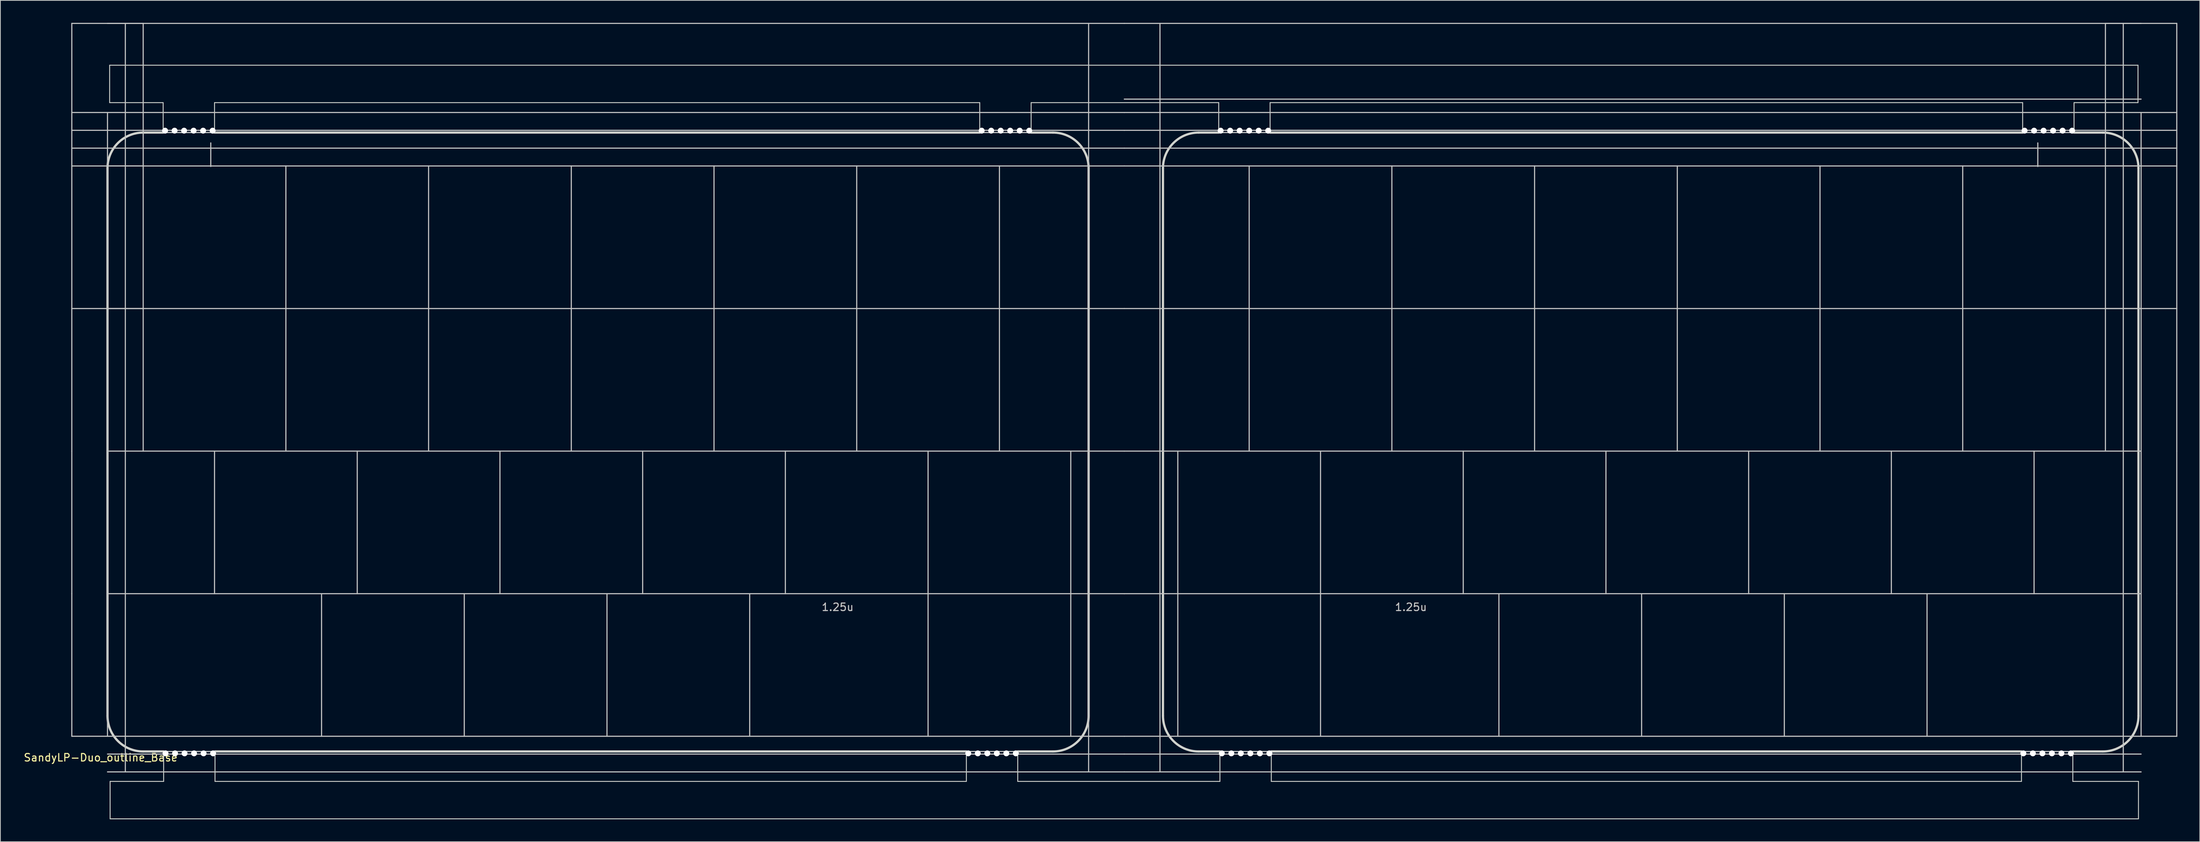
<source format=kicad_pcb>
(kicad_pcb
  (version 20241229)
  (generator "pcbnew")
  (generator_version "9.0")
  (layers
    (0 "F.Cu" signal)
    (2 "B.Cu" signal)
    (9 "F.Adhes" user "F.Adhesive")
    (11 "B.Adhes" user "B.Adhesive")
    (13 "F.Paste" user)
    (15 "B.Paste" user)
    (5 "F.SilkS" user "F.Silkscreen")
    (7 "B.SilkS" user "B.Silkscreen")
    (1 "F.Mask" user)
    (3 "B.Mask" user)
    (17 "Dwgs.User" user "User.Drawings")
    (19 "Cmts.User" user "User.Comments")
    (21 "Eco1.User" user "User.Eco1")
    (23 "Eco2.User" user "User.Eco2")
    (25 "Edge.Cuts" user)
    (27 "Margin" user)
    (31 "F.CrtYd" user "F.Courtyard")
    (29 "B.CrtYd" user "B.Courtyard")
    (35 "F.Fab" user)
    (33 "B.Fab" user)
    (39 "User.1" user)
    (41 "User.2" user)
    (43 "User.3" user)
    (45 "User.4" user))
  (footprint "SandyLP-Duo_outline_Base"
    (layer "F.Cu")
    (at 147.031 66.75)
    (property "Reference" "SandyLP-Duo_outline_Base" (at -136.644 31.425 0) (layer "F.SilkS") (effects (font (size 1 1) (thickness 0.15))))
    (attr through_hole)
    (fp_line (start -140.494 -66.675) (end -130.969 -66.675) (stroke (width 0.15) (type solid)) (layer "Dwgs.User"))
    (fp_line (start -140.494 -47.625) (end -140.494 -66.675) (stroke (width 0.15) (type solid)) (layer "Dwgs.User"))
    (fp_line (start -140.494 -47.625) (end -130.969 -47.625) (stroke (width 0.15) (type solid)) (layer "Dwgs.User"))
    (fp_line (start -140.494 -28.575) (end -140.494 -47.625) (stroke (width 0.15) (type solid)) (layer "Dwgs.User"))
    (fp_line (start -140.494 -28.575) (end -130.969 -28.575) (stroke (width 0.15) (type solid)) (layer "Dwgs.User"))
    (fp_line (start -140.494 -9.525) (end -140.494 -28.575) (stroke (width 0.15) (type solid)) (layer "Dwgs.User"))
    (fp_line (start -140.494 9.525) (end -140.494 -9.525) (stroke (width 0.15) (type solid)) (layer "Dwgs.User"))
    (fp_line (start -140.494 28.575) (end -140.494 9.525) (stroke (width 0.15) (type solid)) (layer "Dwgs.User"))
    (fp_line (start -135.731 28.575) (end -135.731 -54.769) (stroke (width 0.15) (type solid)) (layer "Dwgs.User"))
    (fp_line (start -133.35 33.337) (end -133.35 -66.675) (stroke (width 0.15) (type solid)) (layer "Dwgs.User"))
    (fp_line (start -130.969 -47.625) (end -130.969 -66.675) (stroke (width 0.15) (type solid)) (layer "Dwgs.User"))
    (fp_line (start -130.969 -28.575) (end -130.969 -47.625) (stroke (width 0.15) (type solid)) (layer "Dwgs.User"))
    (fp_line (start -130.969 -9.525) (end -130.969 -28.575) (stroke (width 0.15) (type solid)) (layer "Dwgs.User"))
    (fp_line (start -128.302 -52.088) (end -121.444 -52.088) (stroke (width 0.15) (type solid)) (layer "Dwgs.User"))
    (fp_line (start -121.944 -50.706) (end -121.944 -47.556) (stroke (width 0.15) (type solid)) (layer "Dwgs.User"))
    (fp_line (start -121.444 9.525) (end -121.444 -9.525) (stroke (width 0.15) (type solid)) (layer "Dwgs.User"))
    (fp_line (start -121.379 30.606) (end -128.238 30.606) (stroke (width 0.15) (type solid)) (layer "Dwgs.User"))
    (fp_line (start -111.919 -28.575) (end -111.919 -47.625) (stroke (width 0.15) (type solid)) (layer "Dwgs.User"))
    (fp_line (start -111.919 -9.525) (end -111.919 -28.575) (stroke (width 0.15) (type solid)) (layer "Dwgs.User"))
    (fp_line (start -107.156 28.575) (end -107.156 9.525) (stroke (width 0.15) (type solid)) (layer "Dwgs.User"))
    (fp_line (start -102.394 9.525) (end -102.394 -9.525) (stroke (width 0.15) (type solid)) (layer "Dwgs.User"))
    (fp_line (start -92.869 -28.575) (end -92.869 -47.625) (stroke (width 0.15) (type solid)) (layer "Dwgs.User"))
    (fp_line (start -92.869 -9.525) (end -92.869 -28.575) (stroke (width 0.15) (type solid)) (layer "Dwgs.User"))
    (fp_line (start -88.106 28.575) (end -88.106 9.525) (stroke (width 0.15) (type solid)) (layer "Dwgs.User"))
    (fp_line (start -83.344 9.525) (end -83.344 -9.525) (stroke (width 0.15) (type solid)) (layer "Dwgs.User"))
    (fp_line (start -73.819 -28.575) (end -73.819 -47.625) (stroke (width 0.15) (type solid)) (layer "Dwgs.User"))
    (fp_line (start -73.819 -9.525) (end -73.819 -28.575) (stroke (width 0.15) (type solid)) (layer "Dwgs.User"))
    (fp_line (start -69.056 28.575) (end -69.056 9.525) (stroke (width 0.15) (type solid)) (layer "Dwgs.User"))
    (fp_line (start -64.294 9.525) (end -64.294 -9.525) (stroke (width 0.15) (type solid)) (layer "Dwgs.User"))
    (fp_line (start -54.769 -28.575) (end -54.769 -47.625) (stroke (width 0.15) (type solid)) (layer "Dwgs.User"))
    (fp_line (start -54.769 -9.525) (end -54.769 -28.575) (stroke (width 0.15) (type solid)) (layer "Dwgs.User"))
    (fp_line (start -50.006 28.575) (end -50.006 9.525) (stroke (width 0.15) (type solid)) (layer "Dwgs.User"))
    (fp_line (start -45.244 9.525) (end -45.244 -9.525) (stroke (width 0.15) (type solid)) (layer "Dwgs.User"))
    (fp_line (start -35.719 -28.575) (end -35.719 -47.625) (stroke (width 0.15) (type solid)) (layer "Dwgs.User"))
    (fp_line (start -35.719 -9.525) (end -35.719 -28.575) (stroke (width 0.15) (type solid)) (layer "Dwgs.User"))
    (fp_line (start -26.194 9.525) (end -26.194 -9.525) (stroke (width 0.15) (type solid)) (layer "Dwgs.User"))
    (fp_line (start -26.194 28.575) (end -26.194 9.525) (stroke (width 0.15) (type solid)) (layer "Dwgs.User"))
    (fp_line (start -19.296 -52.088) (end -12.438 -52.088) (stroke (width 0.15) (type solid)) (layer "Dwgs.User"))
    (fp_line (start -16.669 -28.575) (end -16.669 -47.625) (stroke (width 0.15) (type solid)) (layer "Dwgs.User"))
    (fp_line (start -16.669 -9.525) (end -16.669 -28.575) (stroke (width 0.15) (type solid)) (layer "Dwgs.User"))
    (fp_line (start -14.223 30.606) (end -21.081 30.606) (stroke (width 0.15) (type solid)) (layer "Dwgs.User"))
    (fp_line (start -7.144 9.525) (end -7.144 -9.525) (stroke (width 0.15) (type solid)) (layer "Dwgs.User"))
    (fp_line (start -7.144 28.575) (end -7.144 9.525) (stroke (width 0.15) (type solid)) (layer "Dwgs.User"))
    (fp_line (start -4.763 33.337) (end -4.763 -66.675) (stroke (width 0.15) (type solid)) (layer "Dwgs.User"))
    (fp_line (start 0 -66.675) (end -135.731 -66.675) (stroke (width 0.15) (type solid)) (layer "Dwgs.User"))
    (fp_line (start 0 -66.675) (end 135.731 -66.675) (stroke (width 0.15) (type solid)) (layer "Dwgs.User"))
    (fp_line (start 0 -56.556) (end 135.731 -56.556) (stroke (width 0.15) (type solid)) (layer "Dwgs.User"))
    (fp_line (start 0 -54.769) (end -140.494 -54.769) (stroke (width 0.15) (type solid)) (layer "Dwgs.User"))
    (fp_line (start 0 -54.769) (end 140.494 -54.769) (stroke (width 0.15) (type solid)) (layer "Dwgs.User"))
    (fp_line (start 0 -52.388) (end -140.494 -52.388) (stroke (width 0.15) (type solid)) (layer "Dwgs.User"))
    (fp_line (start 0 -52.388) (end 140.494 -52.388) (stroke (width 0.15) (type solid)) (layer "Dwgs.User"))
    (fp_line (start 0 -50.006) (end -140.494 -50.006) (stroke (width 0.15) (type solid)) (layer "Dwgs.User"))
    (fp_line (start 0 -50.006) (end 140.494 -50.006) (stroke (width 0.15) (type solid)) (layer "Dwgs.User"))
    (fp_line (start 0 -47.625) (end -135.731 -47.625) (stroke (width 0.15) (type solid)) (layer "Dwgs.User"))
    (fp_line (start 0 -47.625) (end 135.731 -47.625) (stroke (width 0.15) (type solid)) (layer "Dwgs.User"))
    (fp_line (start 0 -28.575) (end -135.731 -28.575) (stroke (width 0.15) (type solid)) (layer "Dwgs.User"))
    (fp_line (start 0 -28.575) (end 135.731 -28.575) (stroke (width 0.15) (type solid)) (layer "Dwgs.User"))
    (fp_line (start 0 -9.525) (end -135.731 -9.525) (stroke (width 0.15) (type solid)) (layer "Dwgs.User"))
    (fp_line (start 0 -9.525) (end 135.731 -9.525) (stroke (width 0.15) (type solid)) (layer "Dwgs.User"))
    (fp_line (start 0 9.525) (end -135.731 9.525) (stroke (width 0.15) (type solid)) (layer "Dwgs.User"))
    (fp_line (start 0 9.525) (end 135.731 9.525) (stroke (width 0.15) (type solid)) (layer "Dwgs.User"))
    (fp_line (start 0 28.575) (end -140.494 28.575) (stroke (width 0.15) (type solid)) (layer "Dwgs.User"))
    (fp_line (start 0 28.575) (end 140.494 28.575) (stroke (width 0.15) (type solid)) (layer "Dwgs.User"))
    (fp_line (start 0 30.956) (end -135.731 30.956) (stroke (width 0.15) (type solid)) (layer "Dwgs.User"))
    (fp_line (start 0 30.956) (end 135.731 30.956) (stroke (width 0.15) (type solid)) (layer "Dwgs.User"))
    (fp_line (start 0 33.337) (end -135.731 33.337) (stroke (width 0.15) (type solid)) (layer "Dwgs.User"))
    (fp_line (start 0 33.337) (end 135.731 33.337) (stroke (width 0.15) (type solid)) (layer "Dwgs.User"))
    (fp_line (start 4.763 33.337) (end 4.763 -66.675) (stroke (width 0.15) (type solid)) (layer "Dwgs.User"))
    (fp_line (start 7.144 9.525) (end 7.144 -9.525) (stroke (width 0.15) (type solid)) (layer "Dwgs.User"))
    (fp_line (start 7.144 28.575) (end 7.144 9.525) (stroke (width 0.15) (type solid)) (layer "Dwgs.User"))
    (fp_line (start 12.605 -52.088) (end 19.463 -52.088) (stroke (width 0.15) (type solid)) (layer "Dwgs.User"))
    (fp_line (start 16.669 -28.575) (end 16.669 -47.625) (stroke (width 0.15) (type solid)) (layer "Dwgs.User"))
    (fp_line (start 16.669 -9.525) (end 16.669 -28.575) (stroke (width 0.15) (type solid)) (layer "Dwgs.User"))
    (fp_line (start 19.622 30.606) (end 12.764 30.606) (stroke (width 0.15) (type solid)) (layer "Dwgs.User"))
    (fp_line (start 26.194 9.525) (end 26.194 -9.525) (stroke (width 0.15) (type solid)) (layer "Dwgs.User"))
    (fp_line (start 26.194 28.575) (end 26.194 9.525) (stroke (width 0.15) (type solid)) (layer "Dwgs.User"))
    (fp_line (start 35.719 -28.575) (end 35.719 -47.625) (stroke (width 0.15) (type solid)) (layer "Dwgs.User"))
    (fp_line (start 35.719 -9.525) (end 35.719 -28.575) (stroke (width 0.15) (type solid)) (layer "Dwgs.User"))
    (fp_line (start 45.244 9.525) (end 45.244 -9.525) (stroke (width 0.15) (type solid)) (layer "Dwgs.User"))
    (fp_line (start 50.006 28.575) (end 50.006 9.525) (stroke (width 0.15) (type solid)) (layer "Dwgs.User"))
    (fp_line (start 54.769 -28.575) (end 54.769 -47.625) (stroke (width 0.15) (type solid)) (layer "Dwgs.User"))
    (fp_line (start 54.769 -9.525) (end 54.769 -28.575) (stroke (width 0.15) (type solid)) (layer "Dwgs.User"))
    (fp_line (start 64.294 9.525) (end 64.294 -9.525) (stroke (width 0.15) (type solid)) (layer "Dwgs.User"))
    (fp_line (start 69.056 28.575) (end 69.056 9.525) (stroke (width 0.15) (type solid)) (layer "Dwgs.User"))
    (fp_line (start 73.819 -28.575) (end 73.819 -47.625) (stroke (width 0.15) (type solid)) (layer "Dwgs.User"))
    (fp_line (start 73.819 -9.525) (end 73.819 -28.575) (stroke (width 0.15) (type solid)) (layer "Dwgs.User"))
    (fp_line (start 83.344 9.525) (end 83.344 -9.525) (stroke (width 0.15) (type solid)) (layer "Dwgs.User"))
    (fp_line (start 88.106 28.575) (end 88.106 9.525) (stroke (width 0.15) (type solid)) (layer "Dwgs.User"))
    (fp_line (start 92.869 -28.575) (end 92.869 -47.625) (stroke (width 0.15) (type solid)) (layer "Dwgs.User"))
    (fp_line (start 92.869 -9.525) (end 92.869 -28.575) (stroke (width 0.15) (type solid)) (layer "Dwgs.User"))
    (fp_line (start 102.394 9.525) (end 102.394 -9.525) (stroke (width 0.15) (type solid)) (layer "Dwgs.User"))
    (fp_line (start 107.156 28.575) (end 107.156 9.525) (stroke (width 0.15) (type solid)) (layer "Dwgs.User"))
    (fp_line (start 111.919 -28.575) (end 111.919 -47.625) (stroke (width 0.15) (type solid)) (layer "Dwgs.User"))
    (fp_line (start 111.919 -9.525) (end 111.919 -28.575) (stroke (width 0.15) (type solid)) (layer "Dwgs.User"))
    (fp_line (start 119.92 -52.088) (end 126.778 -52.088) (stroke (width 0.15) (type solid)) (layer "Dwgs.User"))
    (fp_line (start 121.444 9.525) (end 121.444 -9.525) (stroke (width 0.15) (type solid)) (layer "Dwgs.User"))
    (fp_line (start 121.944 -50.706) (end 121.944 -47.556) (stroke (width 0.15) (type solid)) (layer "Dwgs.User"))
    (fp_line (start 126.619 30.606) (end 119.761 30.606) (stroke (width 0.15) (type solid)) (layer "Dwgs.User"))
    (fp_line (start 130.969 -47.625) (end 130.969 -66.675) (stroke (width 0.15) (type solid)) (layer "Dwgs.User"))
    (fp_line (start 130.969 -28.575) (end 130.969 -47.625) (stroke (width 0.15) (type solid)) (layer "Dwgs.User"))
    (fp_line (start 130.969 -9.525) (end 130.969 -28.575) (stroke (width 0.15) (type solid)) (layer "Dwgs.User"))
    (fp_line (start 133.35 33.337) (end 133.35 -66.675) (stroke (width 0.15) (type solid)) (layer "Dwgs.User"))
    (fp_line (start 135.731 28.575) (end 135.731 -54.769) (stroke (width 0.15) (type solid)) (layer "Dwgs.User"))
    (fp_line (start 140.494 -66.675) (end 130.969 -66.675) (stroke (width 0.15) (type solid)) (layer "Dwgs.User"))
    (fp_line (start 140.494 -47.625) (end 130.969 -47.625) (stroke (width 0.15) (type solid)) (layer "Dwgs.User"))
    (fp_line (start 140.494 -47.625) (end 140.494 -66.675) (stroke (width 0.15) (type solid)) (layer "Dwgs.User"))
    (fp_line (start 140.494 -28.575) (end 130.969 -28.575) (stroke (width 0.15) (type solid)) (layer "Dwgs.User"))
    (fp_line (start 140.494 -28.575) (end 140.494 -47.625) (stroke (width 0.15) (type solid)) (layer "Dwgs.User"))
    (fp_line (start 140.494 -9.525) (end 140.494 -28.575) (stroke (width 0.15) (type solid)) (layer "Dwgs.User"))
    (fp_line (start 140.494 9.525) (end 140.494 -9.525) (stroke (width 0.15) (type solid)) (layer "Dwgs.User"))
    (fp_line (start 140.494 28.575) (end 140.494 9.525) (stroke (width 0.15) (type solid)) (layer "Dwgs.User"))
    (fp_line (start -135.731 25.844) (end -135.731 -47.325) (stroke (width 0.3) (type solid)) (layer "Edge.Cuts"))
    (fp_line (start -135.446 -56.088) (end -135.446 -61.088) (stroke (width 0.12) (type default)) (layer "Edge.Cuts"))
    (fp_line (start -135.381 34.606) (end -135.381 39.606) (stroke (width 0.12) (type default)) (layer "Edge.Cuts"))
    (fp_line (start -128.302 -56.088) (end -135.446 -56.088) (stroke (width 0.12) (type default)) (layer "Edge.Cuts"))
    (fp_line (start -128.302 -52.088) (end -130.969 -52.088) (stroke (width 0.3) (type solid)) (layer "Edge.Cuts"))
    (fp_line (start -128.302 -52.088) (end -128.302 -56.088) (stroke (width 0.12) (type default)) (layer "Edge.Cuts"))
    (fp_line (start -128.238 30.606) (end -130.969 30.606) (stroke (width 0.3) (type solid)) (layer "Edge.Cuts"))
    (fp_line (start -128.238 30.606) (end -128.238 34.606) (stroke (width 0.12) (type default)) (layer "Edge.Cuts"))
    (fp_line (start -128.238 34.606) (end -135.381 34.606) (stroke (width 0.12) (type default)) (layer "Edge.Cuts"))
    (fp_line (start -121.444 -52.088) (end -121.444 -56.088) (stroke (width 0.12) (type default)) (layer "Edge.Cuts"))
    (fp_line (start -121.379 30.606) (end -121.379 34.606) (stroke (width 0.12) (type default)) (layer "Edge.Cuts"))
    (fp_line (start -21.081 30.606) (end -121.379 30.606) (stroke (width 0.3) (type solid)) (layer "Edge.Cuts"))
    (fp_line (start -21.081 30.606) (end -21.081 34.606) (stroke (width 0.12) (type default)) (layer "Edge.Cuts"))
    (fp_line (start -21.081 34.606) (end -121.379 34.606) (stroke (width 0.12) (type default)) (layer "Edge.Cuts"))
    (fp_line (start -19.296 -56.088) (end -121.444 -56.088) (stroke (width 0.12) (type default)) (layer "Edge.Cuts"))
    (fp_line (start -19.296 -52.088) (end -121.444 -52.088) (stroke (width 0.3) (type solid)) (layer "Edge.Cuts"))
    (fp_line (start -19.296 -52.088) (end -19.296 -56.088) (stroke (width 0.12) (type default)) (layer "Edge.Cuts"))
    (fp_line (start -14.223 30.606) (end -14.223 34.606) (stroke (width 0.12) (type default)) (layer "Edge.Cuts"))
    (fp_line (start -14.223 34.606) (end 12.764 34.606) (stroke (width 0.12) (type default)) (layer "Edge.Cuts"))
    (fp_line (start -12.438 -56.088) (end 12.605 -56.088) (stroke (width 0.12) (type default)) (layer "Edge.Cuts"))
    (fp_line (start -12.438 -52.088) (end -12.438 -56.088) (stroke (width 0.12) (type default)) (layer "Edge.Cuts"))
    (fp_line (start -9.525 -52.088) (end -12.438 -52.088) (stroke (width 0.3) (type solid)) (layer "Edge.Cuts"))
    (fp_line (start -9.525 30.606) (end -14.223 30.606) (stroke (width 0.3) (type solid)) (layer "Edge.Cuts"))
    (fp_line (start -4.763 25.844) (end -4.763 -47.325) (stroke (width 0.3) (type solid)) (layer "Edge.Cuts"))
    (fp_line (start 5.162 25.844) (end 5.162 -47.325) (stroke (width 0.3) (type solid)) (layer "Edge.Cuts"))
    (fp_line (start 9.925 -52.088) (end 12.605 -52.088) (stroke (width 0.3) (type solid)) (layer "Edge.Cuts"))
    (fp_line (start 9.925 30.606) (end 12.764 30.606) (stroke (width 0.3) (type solid)) (layer "Edge.Cuts"))
    (fp_line (start 12.605 -52.088) (end 12.605 -56.088) (stroke (width 0.12) (type default)) (layer "Edge.Cuts"))
    (fp_line (start 12.764 30.606) (end 12.764 34.606) (stroke (width 0.12) (type default)) (layer "Edge.Cuts"))
    (fp_line (start 19.463 -56.088) (end 119.92 -56.088) (stroke (width 0.12) (type default)) (layer "Edge.Cuts"))
    (fp_line (start 19.463 -52.088) (end 19.463 -56.088) (stroke (width 0.12) (type default)) (layer "Edge.Cuts"))
    (fp_line (start 19.463 -52.088) (end 119.92 -52.088) (stroke (width 0.3) (type solid)) (layer "Edge.Cuts"))
    (fp_line (start 19.622 30.606) (end 19.622 34.606) (stroke (width 0.12) (type default)) (layer "Edge.Cuts"))
    (fp_line (start 19.622 30.606) (end 119.761 30.606) (stroke (width 0.3) (type solid)) (layer "Edge.Cuts"))
    (fp_line (start 19.622 34.606) (end 119.761 34.606) (stroke (width 0.12) (type default)) (layer "Edge.Cuts"))
    (fp_line (start 119.761 30.606) (end 119.761 34.606) (stroke (width 0.12) (type default)) (layer "Edge.Cuts"))
    (fp_line (start 119.92 -52.088) (end 119.92 -56.088) (stroke (width 0.12) (type default)) (layer "Edge.Cuts"))
    (fp_line (start 126.619 30.606) (end 126.619 34.606) (stroke (width 0.12) (type default)) (layer "Edge.Cuts"))
    (fp_line (start 126.619 30.606) (end 130.619 30.606) (stroke (width 0.3) (type solid)) (layer "Edge.Cuts"))
    (fp_line (start 126.619 34.606) (end 135.381 34.606) (stroke (width 0.12) (type default)) (layer "Edge.Cuts"))
    (fp_line (start 126.778 -56.088) (end 135.317 -56.088) (stroke (width 0.12) (type default)) (layer "Edge.Cuts"))
    (fp_line (start 126.778 -52.088) (end 126.778 -56.088) (stroke (width 0.12) (type default)) (layer "Edge.Cuts"))
    (fp_line (start 126.778 -52.088) (end 130.619 -52.088) (stroke (width 0.3) (type solid)) (layer "Edge.Cuts"))
    (fp_line (start 135.317 -61.088) (end -135.446 -61.088) (stroke (width 0.12) (type default)) (layer "Edge.Cuts"))
    (fp_line (start 135.317 -56.088) (end 135.317 -61.088) (stroke (width 0.12) (type default)) (layer "Edge.Cuts"))
    (fp_line (start 135.381 25.844) (end 135.381 -47.325) (stroke (width 0.3) (type solid)) (layer "Edge.Cuts"))
    (fp_line (start 135.381 34.606) (end 135.381 39.606) (stroke (width 0.12) (type default)) (layer "Edge.Cuts"))
    (fp_line (start 135.381 39.606) (end -135.381 39.606) (stroke (width 0.12) (type default)) (layer "Edge.Cuts"))
    (fp_arc (start -135.731364 -47.32504) (mid -134.33646 -50.692636) (end -130.968864 -52.08754) (stroke (width 0.3) (type default)) (layer "Edge.Cuts"))
    (fp_arc (start -130.968864 30.60621) (mid -134.33646 29.211306) (end -135.731364 25.84371) (stroke (width 0.3) (type default)) (layer "Edge.Cuts"))
    (fp_arc (start -9.525004 -52.08754) (mid -6.15741 -50.692634) (end -4.762504 -47.32504) (stroke (width 0.3) (type default)) (layer "Edge.Cuts"))
    (fp_arc (start -4.762504 25.84371) (mid -6.157413 29.211301) (end -9.525004 30.60621) (stroke (width 0.3) (type default)) (layer "Edge.Cuts"))
    (fp_arc (start 5.1625 -47.32504) (mid 6.557406 -50.692634) (end 9.925 -52.08754) (stroke (width 0.3) (type default)) (layer "Edge.Cuts"))
    (fp_arc (start 9.925 30.60621) (mid 6.557409 29.211301) (end 5.1625 25.84371) (stroke (width 0.3) (type default)) (layer "Edge.Cuts"))
    (fp_arc (start 130.61875 -52.08754) (mid 133.986346 -50.692636) (end 135.38125 -47.32504) (stroke (width 0.3) (type default)) (layer "Edge.Cuts"))
    (fp_arc (start 135.38125 25.84371) (mid 133.986346 29.211306) (end 130.61875 30.60621) (stroke (width 0.3) (type default)) (layer "Edge.Cuts"))
    (fp_text user "1.25u" (at -40.481 11.906 0) (unlocked yes) (layer "Dwgs.User") (effects (font (size 1 1) (thickness 0.15)) (justify left bottom)))
    (fp_text user "1.25u" (at 40.481 11.906 0) (unlocked yes) (layer "Dwgs.User") (effects (font (size 1 1) (thickness 0.15)) (justify right bottom)))
    (pad "" np_thru_hole circle (at -128.048 -52.342) (size 0.787 0.787) (drill 0.787) (layers "*.Cu" "*.Mask"))
    (pad "" np_thru_hole circle (at -127.984 30.86 180) (size 0.787 0.787) (drill 0.787) (layers "*.Cu" "*.Mask"))
    (pad "" np_thru_hole circle (at -126.778 -52.342) (size 0.787 0.787) (drill 0.787) (layers "*.Cu" "*.Mask"))
    (pad "" np_thru_hole circle (at -126.713 30.86 180) (size 0.787 0.787) (drill 0.787) (layers "*.Cu" "*.Mask"))
    (pad "" np_thru_hole circle (at -125.508 -52.342) (size 0.787 0.787) (drill 0.787) (layers "*.Cu" "*.Mask"))
    (pad "" np_thru_hole circle (at -125.444 30.86 180) (size 0.787 0.787) (drill 0.787) (layers "*.Cu" "*.Mask"))
    (pad "" np_thru_hole circle (at -124.238 -52.342) (size 0.787 0.787) (drill 0.787) (layers "*.Cu" "*.Mask"))
    (pad "" np_thru_hole circle (at -124.174 30.86 180) (size 0.787 0.787) (drill 0.787) (layers "*.Cu" "*.Mask"))
    (pad "" np_thru_hole circle (at -122.968 -52.342) (size 0.787 0.787) (drill 0.787) (layers "*.Cu" "*.Mask"))
    (pad "" np_thru_hole circle (at -122.903 30.86 180) (size 0.787 0.787) (drill 0.787) (layers "*.Cu" "*.Mask"))
    (pad "" np_thru_hole circle (at -121.698 -52.342) (size 0.787 0.787) (drill 0.787) (layers "*.Cu" "*.Mask"))
    (pad "" np_thru_hole circle (at -121.633 30.86 180) (size 0.787 0.787) (drill 0.787) (layers "*.Cu" "*.Mask"))
    (pad "" np_thru_hole circle (at -20.827 30.86 180) (size 0.787 0.787) (drill 0.787) (layers "*.Cu" "*.Mask"))
    (pad "" np_thru_hole circle (at -19.557 30.86 180) (size 0.787 0.787) (drill 0.787) (layers "*.Cu" "*.Mask"))
    (pad "" np_thru_hole circle (at -19.041 -52.342) (size 0.787 0.787) (drill 0.787) (layers "*.Cu" "*.Mask"))
    (pad "" np_thru_hole circle (at -18.287 30.86 180) (size 0.787 0.787) (drill 0.787) (layers "*.Cu" "*.Mask"))
    (pad "" np_thru_hole circle (at -17.771 -52.342) (size 0.787 0.787) (drill 0.787) (layers "*.Cu" "*.Mask"))
    (pad "" np_thru_hole circle (at -17.017 30.86 180) (size 0.787 0.787) (drill 0.787) (layers "*.Cu" "*.Mask"))
    (pad "" np_thru_hole circle (at -16.502 -52.342) (size 0.787 0.787) (drill 0.787) (layers "*.Cu" "*.Mask"))
    (pad "" np_thru_hole circle (at -15.747 30.86 180) (size 0.787 0.787) (drill 0.787) (layers "*.Cu" "*.Mask"))
    (pad "" np_thru_hole circle (at -15.232 -52.342) (size 0.787 0.787) (drill 0.787) (layers "*.Cu" "*.Mask"))
    (pad "" np_thru_hole circle (at -14.477 30.86 180) (size 0.787 0.787) (drill 0.787) (layers "*.Cu" "*.Mask"))
    (pad "" np_thru_hole circle (at -13.961 -52.342) (size 0.787 0.787) (drill 0.787) (layers "*.Cu" "*.Mask"))
    (pad "" np_thru_hole circle (at -12.691 -52.342) (size 0.787 0.787) (drill 0.787) (layers "*.Cu" "*.Mask"))
    (pad "" np_thru_hole circle (at 12.859 -52.342) (size 0.787 0.787) (drill 0.787) (layers "*.Cu" "*.Mask"))
    (pad "" np_thru_hole circle (at 13.018 30.86 180) (size 0.787 0.787) (drill 0.787) (layers "*.Cu" "*.Mask"))
    (pad "" np_thru_hole circle (at 14.129 -52.342) (size 0.787 0.787) (drill 0.787) (layers "*.Cu" "*.Mask"))
    (pad "" np_thru_hole circle (at 14.287 30.86 180) (size 0.787 0.787) (drill 0.787) (layers "*.Cu" "*.Mask"))
    (pad "" np_thru_hole circle (at 15.399 -52.342) (size 0.787 0.787) (drill 0.787) (layers "*.Cu" "*.Mask"))
    (pad "" np_thru_hole circle (at 15.557 30.86 180) (size 0.787 0.787) (drill 0.787) (layers "*.Cu" "*.Mask"))
    (pad "" np_thru_hole circle (at 16.669 -52.342) (size 0.787 0.787) (drill 0.787) (layers "*.Cu" "*.Mask"))
    (pad "" np_thru_hole circle (at 16.828 30.86 180) (size 0.787 0.787) (drill 0.787) (layers "*.Cu" "*.Mask"))
    (pad "" np_thru_hole circle (at 17.939 -52.342) (size 0.787 0.787) (drill 0.787) (layers "*.Cu" "*.Mask"))
    (pad "" np_thru_hole circle (at 18.098 30.86 180) (size 0.787 0.787) (drill 0.787) (layers "*.Cu" "*.Mask"))
    (pad "" np_thru_hole circle (at 19.209 -52.342) (size 0.787 0.787) (drill 0.787) (layers "*.Cu" "*.Mask"))
    (pad "" np_thru_hole circle (at 19.367 30.86 180) (size 0.787 0.787) (drill 0.787) (layers "*.Cu" "*.Mask"))
    (pad "" np_thru_hole circle (at 120.015 30.86 180) (size 0.787 0.787) (drill 0.787) (layers "*.Cu" "*.Mask"))
    (pad "" np_thru_hole circle (at 120.174 -52.342) (size 0.787 0.787) (drill 0.787) (layers "*.Cu" "*.Mask"))
    (pad "" np_thru_hole circle (at 121.285 30.86 180) (size 0.787 0.787) (drill 0.787) (layers "*.Cu" "*.Mask"))
    (pad "" np_thru_hole circle (at 121.444 -52.342) (size 0.787 0.787) (drill 0.787) (layers "*.Cu" "*.Mask"))
    (pad "" np_thru_hole circle (at 122.555 30.86 180) (size 0.787 0.787) (drill 0.787) (layers "*.Cu" "*.Mask"))
    (pad "" np_thru_hole circle (at 122.714 -52.342) (size 0.787 0.787) (drill 0.787) (layers "*.Cu" "*.Mask"))
    (pad "" np_thru_hole circle (at 123.825 30.86 180) (size 0.787 0.787) (drill 0.787) (layers "*.Cu" "*.Mask"))
    (pad "" np_thru_hole circle (at 123.984 -52.342) (size 0.787 0.787) (drill 0.787) (layers "*.Cu" "*.Mask"))
    (pad "" np_thru_hole circle (at 125.095 30.86 180) (size 0.787 0.787) (drill 0.787) (layers "*.Cu" "*.Mask"))
    (pad "" np_thru_hole circle (at 125.254 -52.342) (size 0.787 0.787) (drill 0.787) (layers "*.Cu" "*.Mask"))
    (pad "" np_thru_hole circle (at 126.365 30.86 180) (size 0.787 0.787) (drill 0.787) (layers "*.Cu" "*.Mask"))
    (pad "" np_thru_hole circle (at 126.524 -52.342) (size 0.787 0.787) (drill 0.787) (layers "*.Cu" "*.Mask")))
  (gr_rect
    (start -3 -3)
    (end 290.599 109.416)
    (stroke (width 0.1) (type default))
    (fill no)
    (layer "Edge.Cuts")))
</source>
